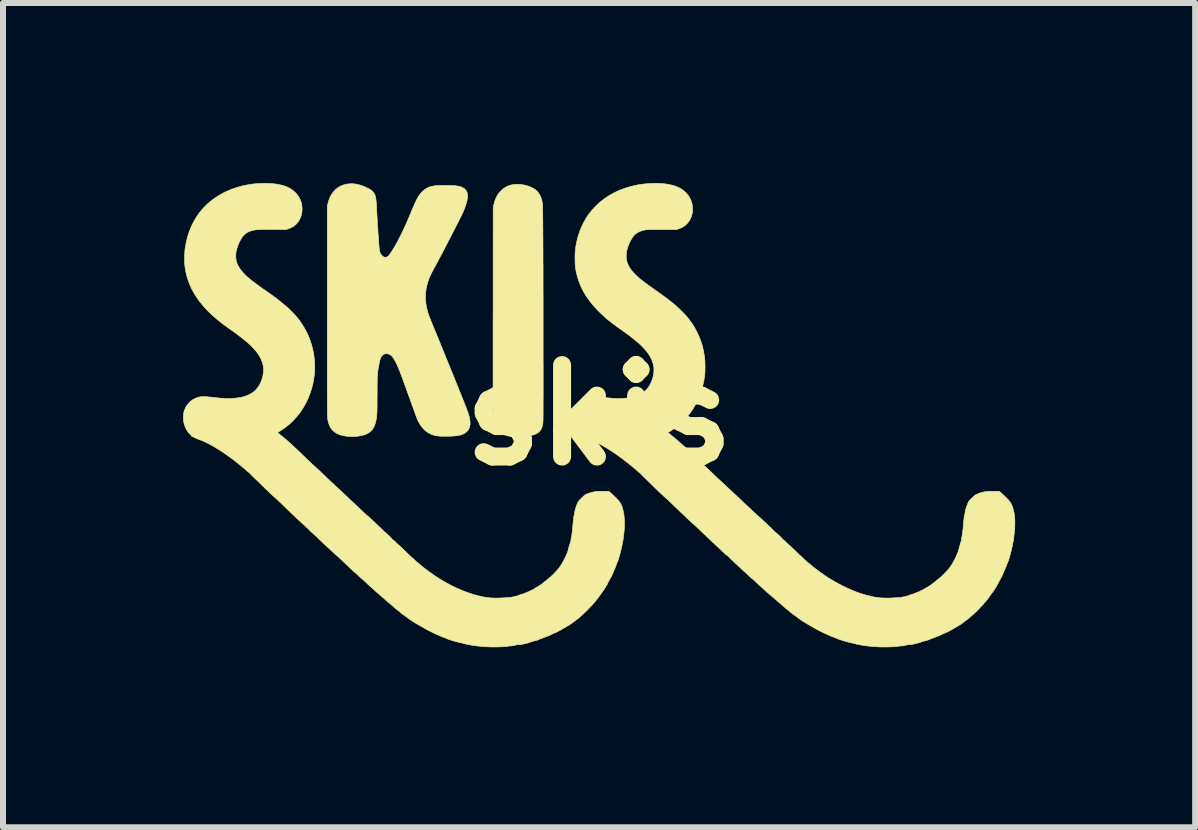
<source format=kicad_pcb>
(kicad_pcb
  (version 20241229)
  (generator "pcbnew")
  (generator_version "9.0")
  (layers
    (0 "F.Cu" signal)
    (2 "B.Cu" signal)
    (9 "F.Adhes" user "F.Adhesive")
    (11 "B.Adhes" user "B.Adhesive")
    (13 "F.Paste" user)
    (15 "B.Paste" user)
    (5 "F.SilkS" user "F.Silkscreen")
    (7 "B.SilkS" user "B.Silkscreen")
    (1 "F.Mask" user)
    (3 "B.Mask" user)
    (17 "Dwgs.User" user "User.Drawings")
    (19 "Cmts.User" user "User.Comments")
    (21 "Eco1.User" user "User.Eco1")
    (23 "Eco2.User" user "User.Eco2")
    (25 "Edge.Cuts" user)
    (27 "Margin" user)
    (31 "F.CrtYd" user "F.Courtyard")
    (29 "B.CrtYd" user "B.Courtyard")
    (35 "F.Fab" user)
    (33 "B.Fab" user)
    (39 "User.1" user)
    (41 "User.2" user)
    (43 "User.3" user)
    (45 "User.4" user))
  (footprint "skis"
    (layer "F.Cu")
    (at 6.934 3.869)
    (property "Reference" "skis" (at 0 0 0) (layer "F.SilkS") (effects (font (size 1.524 1.524) (thickness 0.3))))
    (attr through_hole)
    (fp_poly (pts (xy -1.309 -3.846) (xy -1.251 -3.836) (xy -1.192 -3.821) (xy -1.188 -3.819) (xy -1.142 -3.802) (xy -1.101 -3.783) (xy -1.067 -3.761) (xy -1.038 -3.736) (xy -1.013 -3.708) (xy -0.992 -3.676) (xy -0.983 -3.659) (xy -0.97 -3.629) (xy -0.959 -3.599) (xy -0.951 -3.566) (xy -0.945 -3.53) (xy -0.944 -3.522) (xy -0.943 -3.509) (xy -0.942 -3.491) (xy -0.942 -3.469) (xy -0.941 -3.441) (xy -0.94 -3.407) (xy -0.94 -3.369) (xy -0.939 -3.325) (xy -0.939 -3.275) (xy -0.938 -3.22) (xy -0.938 -3.159) (xy -0.937 -3.092) (xy -0.937 -3.02) (xy -0.936 -2.941) (xy -0.936 -2.857) (xy -0.935 -2.766) (xy -0.935 -2.669) (xy -0.935 -2.566) (xy -0.934 -2.457) (xy -0.934 -2.341) (xy -0.934 -2.218) (xy -0.934 -2.089) (xy -0.933 -1.953) (xy -0.933 -1.811) (xy -0.933 -1.661) (xy -0.933 -1.504) (xy -0.933 -1.341) (xy -0.933 -1.17) (xy -0.933 -1.154) (xy -0.933 -1.04) (xy -0.933 -0.933) (xy -0.932 -0.833) (xy -0.932 -0.739) (xy -0.932 -0.652) (xy -0.932 -0.571) (xy -0.932 -0.495) (xy -0.932 -0.426) (xy -0.932 -0.362) (xy -0.932 -0.303) (xy -0.933 -0.248) (xy -0.933 -0.199) (xy -0.933 -0.154) (xy -0.933 -0.114) (xy -0.933 -0.077) (xy -0.933 -0.044) (xy -0.933 -0.015) (xy -0.934 0.01) (xy -0.934 0.033) (xy -0.934 0.053) (xy -0.934 0.07) (xy -0.935 0.085) (xy -0.935 0.097) (xy -0.935 0.107) (xy -0.936 0.116) (xy -0.936 0.123) (xy -0.937 0.129) (xy -0.937 0.134) (xy -0.938 0.138) (xy -0.938 0.139) (xy -0.946 0.179) (xy -0.957 0.214) (xy -0.973 0.244) (xy -0.992 0.269) (xy -1.016 0.291) (xy -1.046 0.309) (xy -1.081 0.323) (xy -1.122 0.335) (xy -1.161 0.343) (xy -1.196 0.348) (xy -1.235 0.353) (xy -1.275 0.356) (xy -1.315 0.359) (xy -1.354 0.361) (xy -1.39 0.361) (xy -1.421 0.36) (xy -1.437 0.359) (xy -1.493 0.351) (xy -1.544 0.339) (xy -1.589 0.322) (xy -1.628 0.301) (xy -1.662 0.275) (xy -1.669 0.268) (xy -1.689 0.247) (xy -1.706 0.224) (xy -1.72 0.199) (xy -1.732 0.172) (xy -1.742 0.14) (xy -1.75 0.105) (xy -1.756 0.064) (xy -1.761 0.017) (xy -1.763 -0.008) (xy -1.764 -0.015) (xy -1.764 -0.026) (xy -1.764 -0.042) (xy -1.765 -0.061) (xy -1.765 -0.086) (xy -1.765 -0.115) (xy -1.765 -0.149) (xy -1.766 -0.187) (xy -1.766 -0.231) (xy -1.766 -0.28) (xy -1.766 -0.335) (xy -1.766 -0.395) (xy -1.766 -0.46) (xy -1.767 -0.531) (xy -1.767 -0.608) (xy -1.767 -0.691) (xy -1.767 -0.78) (xy -1.767 -0.876) (xy -1.767 -0.977) (xy -1.767 -1.085) (xy -1.767 -1.2) (xy -1.767 -1.321) (xy -1.767 -1.45) (xy -1.767 -1.585) (xy -1.766 -1.727) (xy -1.766 -1.76) (xy -1.765 -3.456) (xy -1.757 -3.498) (xy -1.743 -3.554) (xy -1.725 -3.605) (xy -1.703 -3.651) (xy -1.676 -3.693) (xy -1.644 -3.731) (xy -1.641 -3.734) (xy -1.603 -3.769) (xy -1.562 -3.797) (xy -1.517 -3.82) (xy -1.469 -3.836) (xy -1.418 -3.845) (xy -1.364 -3.849) (xy -1.309 -3.846)) (stroke (width 0.01) (type solid)) (fill yes) (layer "F.SilkS"))
    (fp_poly (pts (xy -4.092 -3.856) (xy -4.053 -3.851) (xy -4.015 -3.844) (xy -3.975 -3.832) (xy -3.933 -3.817) (xy -3.904 -3.805) (xy -3.864 -3.787) (xy -3.83 -3.77) (xy -3.802 -3.752) (xy -3.78 -3.734) (xy -3.762 -3.715) (xy -3.747 -3.693) (xy -3.736 -3.67) (xy -3.728 -3.643) (xy -3.727 -3.639) (xy -3.724 -3.628) (xy -3.722 -3.616) (xy -3.72 -3.602) (xy -3.718 -3.586) (xy -3.716 -3.567) (xy -3.714 -3.545) (xy -3.712 -3.518) (xy -3.71 -3.487) (xy -3.708 -3.45) (xy -3.706 -3.406) (xy -3.705 -3.386) (xy -3.702 -3.333) (xy -3.699 -3.28) (xy -3.696 -3.226) (xy -3.693 -3.172) (xy -3.689 -3.119) (xy -3.686 -3.068) (xy -3.683 -3.018) (xy -3.679 -2.97) (xy -3.676 -2.925) (xy -3.673 -2.884) (xy -3.67 -2.846) (xy -3.668 -2.813) (xy -3.665 -2.785) (xy -3.663 -2.762) (xy -3.661 -2.745) (xy -3.66 -2.735) (xy -3.659 -2.732) (xy -3.648 -2.703) (xy -3.634 -2.678) (xy -3.618 -2.658) (xy -3.6 -2.643) (xy -3.581 -2.634) (xy -3.561 -2.631) (xy -3.541 -2.634) (xy -3.527 -2.641) (xy -3.517 -2.648) (xy -3.509 -2.655) (xy -3.5 -2.665) (xy -3.49 -2.679) (xy -3.477 -2.697) (xy -3.467 -2.712) (xy -3.437 -2.76) (xy -3.407 -2.809) (xy -3.379 -2.858) (xy -3.351 -2.909) (xy -3.323 -2.963) (xy -3.294 -3.019) (xy -3.266 -3.079) (xy -3.236 -3.143) (xy -3.206 -3.211) (xy -3.174 -3.285) (xy -3.14 -3.365) (xy -3.124 -3.404) (xy -3.102 -3.456) (xy -3.082 -3.502) (xy -3.064 -3.542) (xy -3.047 -3.578) (xy -3.031 -3.609) (xy -3.016 -3.636) (xy -3.001 -3.66) (xy -2.985 -3.681) (xy -2.97 -3.7) (xy -2.953 -3.719) (xy -2.946 -3.726) (xy -2.912 -3.756) (xy -2.877 -3.78) (xy -2.839 -3.799) (xy -2.797 -3.812) (xy -2.75 -3.821) (xy -2.722 -3.825) (xy -2.706 -3.826) (xy -2.684 -3.827) (xy -2.657 -3.827) (xy -2.627 -3.828) (xy -2.595 -3.828) (xy -2.561 -3.828) (xy -2.528 -3.828) (xy -2.496 -3.828) (xy -2.466 -3.827) (xy -2.439 -3.827) (xy -2.417 -3.826) (xy -2.401 -3.825) (xy -2.397 -3.824) (xy -2.35 -3.817) (xy -2.309 -3.807) (xy -2.275 -3.793) (xy -2.247 -3.775) (xy -2.224 -3.754) (xy -2.208 -3.729) (xy -2.197 -3.701) (xy -2.192 -3.668) (xy -2.192 -3.653) (xy -2.194 -3.622) (xy -2.2 -3.587) (xy -2.209 -3.546) (xy -2.223 -3.502) (xy -2.239 -3.455) (xy -2.259 -3.405) (xy -2.274 -3.369) (xy -2.28 -3.357) (xy -2.289 -3.338) (xy -2.301 -3.315) (xy -2.315 -3.286) (xy -2.332 -3.253) (xy -2.35 -3.216) (xy -2.371 -3.176) (xy -2.393 -3.133) (xy -2.416 -3.087) (xy -2.441 -3.04) (xy -2.466 -2.991) (xy -2.491 -2.941) (xy -2.517 -2.891) (xy -2.543 -2.842) (xy -2.568 -2.793) (xy -2.593 -2.745) (xy -2.617 -2.699) (xy -2.64 -2.655) (xy -2.662 -2.614) (xy -2.682 -2.576) (xy -2.7 -2.542) (xy -2.716 -2.512) (xy -2.73 -2.486) (xy -2.737 -2.473) (xy -2.761 -2.429) (xy -2.782 -2.39) (xy -2.799 -2.355) (xy -2.814 -2.324) (xy -2.827 -2.296) (xy -2.837 -2.271) (xy -2.843 -2.256) (xy -2.866 -2.18) (xy -2.883 -2.104) (xy -2.892 -2.028) (xy -2.894 -1.952) (xy -2.889 -1.875) (xy -2.876 -1.798) (xy -2.857 -1.72) (xy -2.84 -1.669) (xy -2.836 -1.658) (xy -2.83 -1.642) (xy -2.821 -1.619) (xy -2.81 -1.592) (xy -2.798 -1.561) (xy -2.784 -1.527) (xy -2.768 -1.489) (xy -2.752 -1.449) (xy -2.735 -1.407) (xy -2.717 -1.365) (xy -2.715 -1.359) (xy -2.696 -1.313) (xy -2.676 -1.264) (xy -2.655 -1.212) (xy -2.633 -1.158) (xy -2.609 -1.1) (xy -2.585 -1.041) (xy -2.561 -0.981) (xy -2.536 -0.919) (xy -2.51 -0.857) (xy -2.485 -0.795) (xy -2.46 -0.733) (xy -2.435 -0.671) (xy -2.41 -0.611) (xy -2.387 -0.551) (xy -2.363 -0.494) (xy -2.341 -0.439) (xy -2.32 -0.387) (xy -2.3 -0.337) (xy -2.282 -0.292) (xy -2.265 -0.25) (xy -2.25 -0.212) (xy -2.237 -0.179) (xy -2.226 -0.152) (xy -2.217 -0.13) (xy -2.211 -0.114) (xy -2.208 -0.105) (xy -2.193 -0.063) (xy -2.18 -0.025) (xy -2.17 0.007) (xy -2.162 0.036) (xy -2.157 0.063) (xy -2.153 0.088) (xy -2.15 0.112) (xy -2.15 0.116) (xy -2.15 0.156) (xy -2.157 0.193) (xy -2.17 0.226) (xy -2.189 0.256) (xy -2.213 0.281) (xy -2.243 0.302) (xy -2.254 0.308) (xy -2.277 0.318) (xy -2.3 0.327) (xy -2.325 0.334) (xy -2.352 0.339) (xy -2.383 0.343) (xy -2.418 0.347) (xy -2.458 0.349) (xy -2.504 0.351) (xy -2.515 0.351) (xy -2.565 0.351) (xy -2.609 0.351) (xy -2.647 0.35) (xy -2.681 0.347) (xy -2.712 0.343) (xy -2.74 0.337) (xy -2.765 0.33) (xy -2.79 0.321) (xy -2.813 0.311) (xy -2.855 0.288) (xy -2.895 0.258) (xy -2.932 0.222) (xy -2.966 0.181) (xy -2.996 0.135) (xy -3.011 0.106) (xy -3.015 0.1) (xy -3.017 0.094) (xy -3.02 0.088) (xy -3.023 0.082) (xy -3.026 0.074) (xy -3.03 0.066) (xy -3.034 0.055) (xy -3.039 0.042) (xy -3.045 0.027) (xy -3.052 0.008) (xy -3.06 -0.015) (xy -3.07 -0.043) (xy -3.082 -0.075) (xy -3.095 -0.112) (xy -3.111 -0.155) (xy -3.129 -0.204) (xy -3.131 -0.212) (xy -3.158 -0.286) (xy -3.183 -0.354) (xy -3.205 -0.415) (xy -3.225 -0.471) (xy -3.243 -0.521) (xy -3.26 -0.566) (xy -3.275 -0.607) (xy -3.288 -0.643) (xy -3.3 -0.675) (xy -3.311 -0.703) (xy -3.32 -0.729) (xy -3.329 -0.751) (xy -3.337 -0.771) (xy -3.344 -0.788) (xy -3.351 -0.804) (xy -3.357 -0.818) (xy -3.363 -0.831) (xy -3.369 -0.844) (xy -3.374 -0.856) (xy -3.38 -0.867) (xy -3.382 -0.872) (xy -3.395 -0.896) (xy -3.409 -0.92) (xy -3.422 -0.942) (xy -3.436 -0.962) (xy -3.447 -0.977) (xy -3.452 -0.983) (xy -3.474 -1.001) (xy -3.498 -1.015) (xy -3.524 -1.023) (xy -3.549 -1.025) (xy -3.562 -1.024) (xy -3.576 -1.02) (xy -3.589 -1.015) (xy -3.594 -1.012) (xy -3.609 -1) (xy -3.624 -0.984) (xy -3.636 -0.967) (xy -3.64 -0.96) (xy -3.644 -0.947) (xy -3.65 -0.928) (xy -3.656 -0.905) (xy -3.662 -0.878) (xy -3.668 -0.849) (xy -3.674 -0.819) (xy -3.679 -0.79) (xy -3.684 -0.761) (xy -3.686 -0.746) (xy -3.688 -0.729) (xy -3.69 -0.713) (xy -3.692 -0.697) (xy -3.693 -0.681) (xy -3.695 -0.664) (xy -3.696 -0.646) (xy -3.697 -0.625) (xy -3.697 -0.602) (xy -3.698 -0.576) (xy -3.698 -0.545) (xy -3.699 -0.51) (xy -3.699 -0.47) (xy -3.699 -0.425) (xy -3.699 -0.373) (xy -3.699 -0.337) (xy -3.7 -0.281) (xy -3.7 -0.231) (xy -3.7 -0.188) (xy -3.7 -0.15) (xy -3.701 -0.117) (xy -3.701 -0.089) (xy -3.702 -0.066) (xy -3.702 -0.045) (xy -3.703 -0.028) (xy -3.704 -0.014) (xy -3.705 -0.002) (xy -3.706 0.009) (xy -3.706 0.011) (xy -3.714 0.067) (xy -3.724 0.116) (xy -3.738 0.16) (xy -3.754 0.198) (xy -3.773 0.23) (xy -3.797 0.259) (xy -3.824 0.282) (xy -3.855 0.303) (xy -3.891 0.32) (xy -3.903 0.324) (xy -3.942 0.336) (xy -3.986 0.345) (xy -4.035 0.352) (xy -4.086 0.355) (xy -4.139 0.355) (xy -4.192 0.352) (xy -4.193 0.352) (xy -4.25 0.344) (xy -4.302 0.332) (xy -4.347 0.315) (xy -4.388 0.294) (xy -4.423 0.268) (xy -4.453 0.238) (xy -4.477 0.203) (xy -4.497 0.162) (xy -4.512 0.117) (xy -4.514 0.11) (xy -4.515 0.105) (xy -4.516 0.1) (xy -4.517 0.096) (xy -4.518 0.091) (xy -4.519 0.086) (xy -4.52 0.081) (xy -4.521 0.075) (xy -4.522 0.069) (xy -4.523 0.061) (xy -4.524 0.052) (xy -4.524 0.042) (xy -4.525 0.03) (xy -4.526 0.016) (xy -4.526 0.001) (xy -4.527 -0.017) (xy -4.527 -0.037) (xy -4.527 -0.06) (xy -4.528 -0.086) (xy -4.528 -0.114) (xy -4.528 -0.146) (xy -4.529 -0.181) (xy -4.529 -0.22) (xy -4.529 -0.262) (xy -4.529 -0.308) (xy -4.53 -0.359) (xy -4.53 -0.413) (xy -4.53 -0.473) (xy -4.53 -0.537) (xy -4.53 -0.606) (xy -4.53 -0.68) (xy -4.53 -0.759) (xy -4.53 -0.844) (xy -4.53 -0.935) (xy -4.53 -1.031) (xy -4.53 -1.134) (xy -4.53 -1.243) (xy -4.53 -1.358) (xy -4.53 -1.48) (xy -4.53 -1.609) (xy -4.53 -1.734) (xy -4.53 -3.478) (xy -4.522 -3.516) (xy -4.507 -3.572) (xy -4.489 -3.622) (xy -4.466 -3.667) (xy -4.438 -3.708) (xy -4.406 -3.745) (xy -4.394 -3.758) (xy -4.354 -3.79) (xy -4.311 -3.816) (xy -4.265 -3.836) (xy -4.215 -3.849) (xy -4.163 -3.856) (xy -4.132 -3.857) (xy -4.092 -3.856)) (stroke (width 0.01) (type solid)) (fill yes) (layer "F.SilkS"))
    (fp_poly (pts (xy -5.489 -3.862) (xy -5.419 -3.856) (xy -5.355 -3.847) (xy -5.297 -3.835) (xy -5.244 -3.82) (xy -5.197 -3.802) (xy -5.153 -3.78) (xy -5.114 -3.754) (xy -5.078 -3.725) (xy -5.07 -3.718) (xy -5.034 -3.679) (xy -5.004 -3.636) (xy -4.98 -3.59) (xy -4.963 -3.542) (xy -4.953 -3.49) (xy -4.949 -3.436) (xy -4.949 -3.435) (xy -4.953 -3.383) (xy -4.963 -3.333) (xy -4.979 -3.287) (xy -5.001 -3.244) (xy -5.03 -3.204) (xy -5.047 -3.185) (xy -5.08 -3.156) (xy -5.117 -3.133) (xy -5.158 -3.114) (xy -5.192 -3.102) (xy -5.223 -3.093) (xy -5.443 -3.095) (xy -5.499 -3.095) (xy -5.548 -3.095) (xy -5.591 -3.095) (xy -5.626 -3.094) (xy -5.655 -3.094) (xy -5.678 -3.093) (xy -5.694 -3.092) (xy -5.7 -3.092) (xy -5.752 -3.084) (xy -5.797 -3.073) (xy -5.836 -3.059) (xy -5.872 -3.04) (xy -5.903 -3.017) (xy -5.931 -2.988) (xy -5.957 -2.954) (xy -5.981 -2.913) (xy -5.992 -2.89) (xy -6.006 -2.861) (xy -6.019 -2.828) (xy -6.03 -2.795) (xy -6.04 -2.763) (xy -6.047 -2.734) (xy -6.051 -2.718) (xy -6.055 -2.671) (xy -6.055 -2.627) (xy -6.049 -2.583) (xy -6.038 -2.54) (xy -6.02 -2.498) (xy -5.996 -2.456) (xy -5.967 -2.414) (xy -5.93 -2.371) (xy -5.888 -2.327) (xy -5.838 -2.283) (xy -5.802 -2.253) (xy -5.781 -2.237) (xy -5.755 -2.217) (xy -5.724 -2.194) (xy -5.689 -2.168) (xy -5.65 -2.14) (xy -5.608 -2.11) (xy -5.563 -2.079) (xy -5.541 -2.063) (xy -5.463 -2.008) (xy -5.392 -1.956) (xy -5.327 -1.905) (xy -5.267 -1.857) (xy -5.212 -1.81) (xy -5.161 -1.764) (xy -5.115 -1.719) (xy -5.073 -1.674) (xy -5.034 -1.63) (xy -4.998 -1.584) (xy -4.965 -1.538) (xy -4.954 -1.522) (xy -4.905 -1.442) (xy -4.862 -1.358) (xy -4.825 -1.272) (xy -4.795 -1.184) (xy -4.771 -1.094) (xy -4.754 -1.002) (xy -4.744 -0.91) (xy -4.74 -0.816) (xy -4.742 -0.723) (xy -4.751 -0.63) (xy -4.767 -0.538) (xy -4.79 -0.447) (xy -4.819 -0.357) (xy -4.854 -0.269) (xy -4.885 -0.205) (xy -4.932 -0.123) (xy -4.983 -0.045) (xy -5.04 0.026) (xy -5.101 0.093) (xy -5.166 0.154) (xy -5.237 0.209) (xy -5.274 0.235) (xy -5.292 0.247) (xy -5.31 0.259) (xy -5.326 0.269) (xy -5.338 0.276) (xy -5.341 0.278) (xy -5.36 0.289) (xy -5.303 0.336) (xy -5.261 0.37) (xy -5.22 0.404) (xy -5.179 0.44) (xy -5.138 0.477) (xy -5.094 0.517) (xy -5.049 0.56) (xy -5 0.606) (xy -4.947 0.657) (xy -4.936 0.668) (xy -4.901 0.702) (xy -4.87 0.732) (xy -4.843 0.758) (xy -4.818 0.781) (xy -4.795 0.803) (xy -4.773 0.823) (xy -4.751 0.843) (xy -4.73 0.862) (xy -4.713 0.877) (xy -4.694 0.895) (xy -4.674 0.914) (xy -4.655 0.932) (xy -4.65 0.936) (xy -4.617 0.968) (xy -4.589 0.995) (xy -4.565 1.018) (xy -4.545 1.038) (xy -4.527 1.055) (xy -4.512 1.069) (xy -4.499 1.081) (xy -4.487 1.092) (xy -4.476 1.101) (xy -4.472 1.105) (xy -4.456 1.12) (xy -4.439 1.135) (xy -4.423 1.15) (xy -4.412 1.161) (xy -4.398 1.175) (xy -4.382 1.19) (xy -4.367 1.204) (xy -4.365 1.206) (xy -4.354 1.216) (xy -4.339 1.229) (xy -4.323 1.245) (xy -4.305 1.261) (xy -4.296 1.269) (xy -4.279 1.285) (xy -4.262 1.301) (xy -4.247 1.316) (xy -4.234 1.327) (xy -4.229 1.332) (xy -4.219 1.341) (xy -4.205 1.354) (xy -4.189 1.369) (xy -4.172 1.386) (xy -4.16 1.397) (xy -4.125 1.431) (xy -4.093 1.461) (xy -4.066 1.487) (xy -4.041 1.51) (xy -4.018 1.531) (xy -4.009 1.539) (xy -3.994 1.553) (xy -3.975 1.571) (xy -3.956 1.589) (xy -3.938 1.607) (xy -3.935 1.609) (xy -3.919 1.625) (xy -3.904 1.64) (xy -3.889 1.653) (xy -3.878 1.663) (xy -3.875 1.666) (xy -3.855 1.682) (xy -3.83 1.703) (xy -3.802 1.729) (xy -3.771 1.757) (xy -3.737 1.789) (xy -3.702 1.823) (xy -3.665 1.858) (xy -3.632 1.89) (xy -3.612 1.909) (xy -3.594 1.926) (xy -3.579 1.941) (xy -3.566 1.953) (xy -3.557 1.961) (xy -3.553 1.965) (xy -3.552 1.965) (xy -3.548 1.967) (xy -3.54 1.974) (xy -3.529 1.984) (xy -3.516 1.996) (xy -3.503 2.008) (xy -3.489 2.022) (xy -3.477 2.034) (xy -3.468 2.044) (xy -3.462 2.051) (xy -3.46 2.053) (xy -3.456 2.059) (xy -3.448 2.067) (xy -3.437 2.076) (xy -3.429 2.083) (xy -3.415 2.094) (xy -3.402 2.106) (xy -3.391 2.116) (xy -3.388 2.12) (xy -3.381 2.128) (xy -3.369 2.139) (xy -3.355 2.152) (xy -3.34 2.164) (xy -3.339 2.165) (xy -3.326 2.176) (xy -3.309 2.192) (xy -3.289 2.21) (xy -3.268 2.23) (xy -3.247 2.251) (xy -3.23 2.267) (xy -3.21 2.287) (xy -3.191 2.306) (xy -3.173 2.323) (xy -3.158 2.337) (xy -3.146 2.348) (xy -3.139 2.355) (xy -3.121 2.37) (xy -3.1 2.389) (xy -3.075 2.412) (xy -3.049 2.438) (xy -3.047 2.439) (xy -3.037 2.449) (xy -3.028 2.456) (xy -3.023 2.46) (xy -3.022 2.46) (xy -3.018 2.462) (xy -3.01 2.468) (xy -3 2.477) (xy -2.997 2.479) (xy -2.985 2.49) (xy -2.974 2.499) (xy -2.966 2.506) (xy -2.966 2.507) (xy -2.942 2.526) (xy -2.922 2.542) (xy -2.907 2.554) (xy -2.895 2.563) (xy -2.885 2.571) (xy -2.876 2.577) (xy -2.868 2.583) (xy -2.857 2.591) (xy -2.848 2.597) (xy -2.844 2.601) (xy -2.844 2.601) (xy -2.841 2.604) (xy -2.833 2.61) (xy -2.821 2.618) (xy -2.812 2.623) (xy -2.798 2.632) (xy -2.787 2.641) (xy -2.778 2.647) (xy -2.776 2.649) (xy -2.77 2.654) (xy -2.759 2.662) (xy -2.743 2.673) (xy -2.724 2.686) (xy -2.702 2.7) (xy -2.678 2.716) (xy -2.652 2.732) (xy -2.647 2.735) (xy -2.555 2.789) (xy -2.463 2.838) (xy -2.37 2.883) (xy -2.278 2.923) (xy -2.188 2.957) (xy -2.1 2.986) (xy -2.015 3.009) (xy -2.012 3.01) (xy -1.993 3.014) (xy -1.975 3.019) (xy -1.96 3.022) (xy -1.952 3.024) (xy -1.939 3.027) (xy -1.922 3.03) (xy -1.904 3.033) (xy -1.9 3.033) (xy -1.88 3.036) (xy -1.858 3.039) (xy -1.836 3.042) (xy -1.832 3.043) (xy -1.812 3.045) (xy -1.787 3.046) (xy -1.757 3.047) (xy -1.724 3.048) (xy -1.689 3.048) (xy -1.655 3.047) (xy -1.621 3.046) (xy -1.59 3.044) (xy -1.573 3.043) (xy -1.551 3.041) (xy -1.53 3.039) (xy -1.512 3.038) (xy -1.498 3.037) (xy -1.493 3.037) (xy -1.479 3.036) (xy -1.461 3.033) (xy -1.439 3.029) (xy -1.415 3.024) (xy -1.392 3.019) (xy -1.371 3.013) (xy -1.353 3.008) (xy -1.341 3.003) (xy -1.329 2.998) (xy -1.313 2.992) (xy -1.295 2.986) (xy -1.288 2.984) (xy -1.272 2.98) (xy -1.259 2.975) (xy -1.249 2.971) (xy -1.246 2.97) (xy -1.238 2.966) (xy -1.233 2.965) (xy -1.227 2.963) (xy -1.218 2.959) (xy -1.205 2.954) (xy -1.203 2.952) (xy -1.189 2.946) (xy -1.176 2.941) (xy -1.167 2.938) (xy -1.167 2.938) (xy -1.156 2.933) (xy -1.149 2.928) (xy -1.142 2.923) (xy -1.137 2.921) (xy -1.13 2.919) (xy -1.119 2.914) (xy -1.106 2.908) (xy -1.092 2.9) (xy -1.079 2.892) (xy -1.069 2.886) (xy -1.056 2.877) (xy -1.04 2.869) (xy -1.036 2.866) (xy -1.02 2.857) (xy -1.003 2.847) (xy -0.99 2.838) (xy -0.987 2.836) (xy -0.975 2.827) (xy -0.963 2.818) (xy -0.955 2.813) (xy -0.947 2.807) (xy -0.936 2.798) (xy -0.921 2.787) (xy -0.906 2.774) (xy -0.903 2.772) (xy -0.886 2.758) (xy -0.866 2.742) (xy -0.848 2.727) (xy -0.834 2.716) (xy -0.803 2.689) (xy -0.769 2.658) (xy -0.736 2.624) (xy -0.704 2.589) (xy -0.675 2.555) (xy -0.66 2.536) (xy -0.642 2.51) (xy -0.622 2.478) (xy -0.602 2.444) (xy -0.583 2.408) (xy -0.565 2.371) (xy -0.548 2.334) (xy -0.533 2.299) (xy -0.521 2.268) (xy -0.513 2.24) (xy -0.512 2.233) (xy -0.508 2.217) (xy -0.502 2.197) (xy -0.496 2.176) (xy -0.492 2.164) (xy -0.484 2.137) (xy -0.477 2.116) (xy -0.473 2.1) (xy -0.47 2.088) (xy -0.469 2.078) (xy -0.468 2.071) (xy -0.467 2.059) (xy -0.465 2.049) (xy -0.465 2.049) (xy -0.461 2.035) (xy -0.457 2.015) (xy -0.453 1.988) (xy -0.449 1.955) (xy -0.444 1.914) (xy -0.44 1.866) (xy -0.438 1.84) (xy -0.436 1.817) (xy -0.434 1.795) (xy -0.431 1.776) (xy -0.43 1.761) (xy -0.428 1.753) (xy -0.426 1.737) (xy -0.425 1.72) (xy -0.425 1.714) (xy -0.423 1.699) (xy -0.42 1.682) (xy -0.417 1.673) (xy -0.413 1.658) (xy -0.41 1.64) (xy -0.408 1.627) (xy -0.405 1.604) (xy -0.398 1.575) (xy -0.389 1.544) (xy -0.379 1.512) (xy -0.366 1.481) (xy -0.362 1.471) (xy -0.357 1.459) (xy -0.352 1.449) (xy -0.346 1.44) (xy -0.34 1.431) (xy -0.331 1.421) (xy -0.32 1.408) (xy -0.304 1.393) (xy -0.296 1.384) (xy -0.271 1.36) (xy -0.25 1.341) (xy -0.233 1.328) (xy -0.22 1.32) (xy -0.21 1.317) (xy -0.21 1.317) (xy -0.204 1.315) (xy -0.2 1.312) (xy -0.192 1.308) (xy -0.179 1.303) (xy -0.161 1.297) (xy -0.138 1.29) (xy -0.113 1.284) (xy -0.094 1.28) (xy -0.081 1.277) (xy -0.069 1.275) (xy -0.057 1.273) (xy -0.044 1.272) (xy -0.028 1.271) (xy -0.009 1.27) (xy 0.015 1.269) (xy 0.045 1.269) (xy 0.051 1.268) (xy 0.081 1.268) (xy 0.105 1.268) (xy 0.124 1.268) (xy 0.137 1.268) (xy 0.147 1.268) (xy 0.154 1.269) (xy 0.16 1.271) (xy 0.163 1.272) (xy 0.165 1.273) (xy 0.178 1.282) (xy 0.194 1.296) (xy 0.213 1.313) (xy 0.234 1.332) (xy 0.256 1.353) (xy 0.278 1.374) (xy 0.298 1.396) (xy 0.316 1.415) (xy 0.331 1.432) (xy 0.342 1.446) (xy 0.343 1.448) (xy 0.358 1.471) (xy 0.37 1.495) (xy 0.381 1.522) (xy 0.391 1.553) (xy 0.4 1.589) (xy 0.406 1.617) (xy 0.413 1.657) (xy 0.418 1.702) (xy 0.421 1.751) (xy 0.422 1.802) (xy 0.421 1.854) (xy 0.419 1.906) (xy 0.414 1.955) (xy 0.414 1.958) (xy 0.411 1.981) (xy 0.408 2.004) (xy 0.406 2.026) (xy 0.404 2.043) (xy 0.403 2.048) (xy 0.401 2.066) (xy 0.398 2.085) (xy 0.395 2.1) (xy 0.394 2.103) (xy 0.391 2.118) (xy 0.387 2.136) (xy 0.385 2.152) (xy 0.382 2.167) (xy 0.378 2.186) (xy 0.373 2.21) (xy 0.366 2.237) (xy 0.359 2.265) (xy 0.352 2.295) (xy 0.344 2.324) (xy 0.336 2.352) (xy 0.329 2.377) (xy 0.323 2.399) (xy 0.317 2.417) (xy 0.313 2.429) (xy 0.311 2.433) (xy 0.305 2.446) (xy 0.297 2.464) (xy 0.29 2.482) (xy 0.288 2.487) (xy 0.279 2.514) (xy 0.269 2.539) (xy 0.26 2.561) (xy 0.252 2.58) (xy 0.245 2.593) (xy 0.243 2.597) (xy 0.238 2.607) (xy 0.236 2.614) (xy 0.236 2.615) (xy 0.234 2.621) (xy 0.23 2.631) (xy 0.226 2.639) (xy 0.221 2.65) (xy 0.217 2.66) (xy 0.216 2.664) (xy 0.213 2.672) (xy 0.207 2.681) (xy 0.202 2.689) (xy 0.196 2.701) (xy 0.188 2.715) (xy 0.188 2.716) (xy 0.18 2.731) (xy 0.17 2.749) (xy 0.16 2.767) (xy 0.156 2.773) (xy 0.149 2.788) (xy 0.142 2.8) (xy 0.139 2.808) (xy 0.138 2.812) (xy 0.136 2.816) (xy 0.131 2.826) (xy 0.123 2.84) (xy 0.112 2.856) (xy 0.101 2.875) (xy 0.089 2.894) (xy 0.076 2.913) (xy 0.065 2.93) (xy 0.054 2.946) (xy 0.046 2.957) (xy 0.04 2.965) (xy 0.035 2.972) (xy 0.026 2.984) (xy 0.014 2.999) (xy 0.002 3.017) (xy -0.009 3.032) (xy -0.023 3.051) (xy -0.037 3.071) (xy -0.052 3.089) (xy -0.064 3.104) (xy -0.07 3.111) (xy -0.083 3.124) (xy -0.094 3.137) (xy -0.103 3.148) (xy -0.105 3.151) (xy -0.114 3.163) (xy -0.125 3.173) (xy -0.128 3.176) (xy -0.136 3.183) (xy -0.146 3.194) (xy -0.159 3.207) (xy -0.168 3.218) (xy -0.181 3.231) (xy -0.197 3.248) (xy -0.215 3.266) (xy -0.234 3.284) (xy -0.242 3.291) (xy -0.26 3.308) (xy -0.279 3.325) (xy -0.297 3.341) (xy -0.312 3.355) (xy -0.317 3.36) (xy -0.332 3.374) (xy -0.349 3.387) (xy -0.363 3.399) (xy -0.37 3.404) (xy -0.382 3.412) (xy -0.397 3.423) (xy -0.415 3.436) (xy -0.433 3.45) (xy -0.439 3.455) (xy -0.456 3.468) (xy -0.473 3.48) (xy -0.488 3.49) (xy -0.499 3.497) (xy -0.503 3.499) (xy -0.514 3.505) (xy -0.529 3.514) (xy -0.545 3.523) (xy -0.553 3.529) (xy -0.567 3.537) (xy -0.579 3.544) (xy -0.587 3.548) (xy -0.59 3.549) (xy -0.595 3.551) (xy -0.603 3.556) (xy -0.61 3.561) (xy -0.623 3.57) (xy -0.638 3.578) (xy -0.644 3.581) (xy -0.657 3.587) (xy -0.669 3.594) (xy -0.673 3.597) (xy -0.681 3.602) (xy -0.692 3.608) (xy -0.705 3.614) (xy -0.717 3.62) (xy -0.727 3.624) (xy -0.731 3.625) (xy -0.736 3.626) (xy -0.746 3.631) (xy -0.761 3.638) (xy -0.779 3.646) (xy -0.801 3.657) (xy -0.815 3.663) (xy -0.825 3.668) (xy -0.838 3.674) (xy -0.854 3.68) (xy -0.869 3.686) (xy -0.883 3.691) (xy -0.894 3.695) (xy -0.901 3.697) (xy -0.902 3.698) (xy -0.906 3.699) (xy -0.915 3.702) (xy -0.916 3.703) (xy -0.924 3.707) (xy -0.937 3.712) (xy -0.953 3.717) (xy -0.958 3.719) (xy -0.973 3.725) (xy -0.988 3.731) (xy -0.999 3.736) (xy -1.001 3.737) (xy -1.016 3.744) (xy -1.037 3.751) (xy -1.065 3.758) (xy -1.097 3.766) (xy -1.099 3.766) (xy -1.116 3.77) (xy -1.13 3.775) (xy -1.141 3.779) (xy -1.144 3.781) (xy -1.151 3.784) (xy -1.163 3.788) (xy -1.18 3.793) (xy -1.2 3.799) (xy -1.222 3.804) (xy -1.246 3.81) (xy -1.268 3.815) (xy -1.289 3.819) (xy -1.307 3.822) (xy -1.322 3.825) (xy -1.331 3.825) (xy -1.333 3.825) (xy -1.34 3.823) (xy -1.352 3.824) (xy -1.368 3.826) (xy -1.39 3.831) (xy -1.415 3.837) (xy -1.437 3.842) (xy -1.454 3.845) (xy -1.467 3.845) (xy -1.471 3.845) (xy -1.492 3.845) (xy -1.516 3.85) (xy -1.533 3.853) (xy -1.556 3.856) (xy -1.584 3.858) (xy -1.617 3.86) (xy -1.654 3.861) (xy -1.693 3.862) (xy -1.734 3.862) (xy -1.777 3.862) (xy -1.82 3.862) (xy -1.856 3.86) (xy -1.915 3.857) (xy -1.976 3.852) (xy -2.038 3.845) (xy -2.098 3.837) (xy -2.157 3.827) (xy -2.211 3.816) (xy -2.241 3.809) (xy -2.264 3.803) (xy -2.287 3.797) (xy -2.308 3.792) (xy -2.326 3.788) (xy -2.335 3.786) (xy -2.352 3.782) (xy -2.372 3.777) (xy -2.395 3.771) (xy -2.418 3.764) (xy -2.439 3.758) (xy -2.458 3.752) (xy -2.472 3.747) (xy -2.476 3.745) (xy -2.487 3.741) (xy -2.496 3.738) (xy -2.498 3.738) (xy -2.505 3.737) (xy -2.516 3.733) (xy -2.529 3.727) (xy -2.533 3.725) (xy -2.551 3.717) (xy -2.571 3.709) (xy -2.589 3.703) (xy -2.605 3.697) (xy -2.621 3.691) (xy -2.633 3.685) (xy -2.634 3.685) (xy -2.646 3.679) (xy -2.661 3.673) (xy -2.677 3.666) (xy -2.682 3.664) (xy -2.717 3.649) (xy -2.746 3.636) (xy -2.769 3.625) (xy -2.784 3.617) (xy -2.797 3.61) (xy -2.812 3.602) (xy -2.822 3.598) (xy -2.838 3.591) (xy -2.855 3.582) (xy -2.865 3.577) (xy -2.874 3.571) (xy -2.889 3.563) (xy -2.907 3.553) (xy -2.928 3.54) (xy -2.951 3.527) (xy -2.968 3.518) (xy -3.01 3.494) (xy -3.046 3.473) (xy -3.078 3.454) (xy -3.106 3.436) (xy -3.131 3.42) (xy -3.155 3.403) (xy -3.178 3.387) (xy -3.189 3.378) (xy -3.208 3.364) (xy -3.226 3.351) (xy -3.243 3.338) (xy -3.257 3.329) (xy -3.263 3.325) (xy -3.278 3.314) (xy -3.295 3.301) (xy -3.31 3.288) (xy -3.312 3.287) (xy -3.329 3.272) (xy -3.341 3.261) (xy -3.35 3.254) (xy -3.356 3.249) (xy -3.361 3.246) (xy -3.365 3.243) (xy -3.365 3.243) (xy -3.372 3.239) (xy -3.381 3.231) (xy -3.392 3.222) (xy -3.393 3.221) (xy -3.414 3.202) (xy -3.435 3.183) (xy -3.456 3.165) (xy -3.476 3.148) (xy -3.493 3.134) (xy -3.506 3.124) (xy -3.508 3.122) (xy -3.519 3.114) (xy -3.533 3.102) (xy -3.549 3.088) (xy -3.561 3.077) (xy -3.575 3.064) (xy -3.589 3.051) (xy -3.601 3.041) (xy -3.609 3.035) (xy -3.62 3.026) (xy -3.631 3.016) (xy -3.634 3.014) (xy -3.641 3.007) (xy -3.652 2.997) (xy -3.666 2.985) (xy -3.679 2.974) (xy -3.698 2.958) (xy -3.716 2.942) (xy -3.734 2.925) (xy -3.751 2.91) (xy -3.766 2.897) (xy -3.777 2.886) (xy -3.785 2.878) (xy -3.788 2.874) (xy -3.788 2.874) (xy -3.791 2.871) (xy -3.798 2.865) (xy -3.804 2.861) (xy -3.812 2.855) (xy -3.824 2.845) (xy -3.838 2.832) (xy -3.853 2.818) (xy -3.857 2.814) (xy -3.882 2.79) (xy -3.904 2.769) (xy -3.923 2.752) (xy -3.939 2.738) (xy -3.95 2.728) (xy -3.958 2.722) (xy -3.96 2.721) (xy -3.963 2.719) (xy -3.971 2.712) (xy -3.982 2.702) (xy -3.995 2.689) (xy -4.006 2.678) (xy -4.022 2.663) (xy -4.038 2.648) (xy -4.051 2.636) (xy -4.062 2.626) (xy -4.067 2.623) (xy -4.078 2.614) (xy -4.091 2.603) (xy -4.104 2.591) (xy -4.104 2.591) (xy -4.112 2.583) (xy -4.124 2.571) (xy -4.14 2.556) (xy -4.159 2.538) (xy -4.179 2.519) (xy -4.2 2.5) (xy -4.202 2.498) (xy -4.224 2.477) (xy -4.247 2.455) (xy -4.269 2.434) (xy -4.29 2.415) (xy -4.307 2.398) (xy -4.32 2.386) (xy -4.335 2.371) (xy -4.351 2.357) (xy -4.364 2.345) (xy -4.375 2.336) (xy -4.378 2.334) (xy -4.387 2.327) (xy -4.399 2.316) (xy -4.414 2.303) (xy -4.431 2.287) (xy -4.443 2.275) (xy -4.462 2.258) (xy -4.482 2.239) (xy -4.502 2.22) (xy -4.519 2.204) (xy -4.527 2.197) (xy -4.539 2.186) (xy -4.556 2.17) (xy -4.576 2.152) (xy -4.597 2.132) (xy -4.619 2.111) (xy -4.636 2.095) (xy -4.657 2.075) (xy -4.679 2.054) (xy -4.701 2.033) (xy -4.721 2.014) (xy -4.738 1.999) (xy -4.748 1.99) (xy -4.765 1.974) (xy -4.786 1.955) (xy -4.807 1.935) (xy -4.826 1.916) (xy -4.832 1.91) (xy -4.846 1.896) (xy -4.859 1.883) (xy -4.872 1.871) (xy -4.886 1.858) (xy -4.901 1.844) (xy -4.919 1.828) (xy -4.94 1.809) (xy -4.965 1.786) (xy -4.982 1.771) (xy -5.001 1.754) (xy -5.021 1.735) (xy -5.04 1.717) (xy -5.056 1.701) (xy -5.061 1.697) (xy -5.074 1.683) (xy -5.087 1.671) (xy -5.098 1.66) (xy -5.106 1.653) (xy -5.106 1.653) (xy -5.112 1.648) (xy -5.122 1.639) (xy -5.135 1.626) (xy -5.152 1.61) (xy -5.171 1.592) (xy -5.192 1.572) (xy -5.201 1.563) (xy -5.24 1.526) (xy -5.273 1.494) (xy -5.302 1.466) (xy -5.326 1.443) (xy -5.347 1.423) (xy -5.364 1.407) (xy -5.378 1.395) (xy -5.381 1.391) (xy -5.433 1.345) (xy -5.485 1.296) (xy -5.539 1.245) (xy -5.596 1.19) (xy -5.621 1.165) (xy -5.642 1.144) (xy -5.666 1.121) (xy -5.689 1.098) (xy -5.711 1.077) (xy -5.73 1.059) (xy -5.732 1.058) (xy -5.756 1.034) (xy -5.776 1.015) (xy -5.791 1.001) (xy -5.801 0.99) (xy -5.807 0.983) (xy -5.809 0.979) (xy -5.809 0.979) (xy -5.812 0.976) (xy -5.819 0.969) (xy -5.827 0.963) (xy -5.836 0.956) (xy -5.848 0.945) (xy -5.864 0.932) (xy -5.881 0.917) (xy -5.895 0.905) (xy -5.995 0.821) (xy -6.096 0.741) (xy -6.198 0.667) (xy -6.299 0.598) (xy -6.399 0.536) (xy -6.403 0.533) (xy -6.435 0.515) (xy -6.468 0.496) (xy -6.502 0.478) (xy -6.535 0.461) (xy -6.566 0.446) (xy -6.595 0.433) (xy -6.619 0.422) (xy -6.639 0.415) (xy -6.645 0.413) (xy -6.663 0.407) (xy -6.684 0.399) (xy -6.707 0.39) (xy -6.728 0.38) (xy -6.729 0.379) (xy -6.747 0.371) (xy -6.763 0.363) (xy -6.776 0.357) (xy -6.785 0.354) (xy -6.787 0.353) (xy -6.793 0.351) (xy -6.793 0.349) (xy -6.792 0.348) (xy -6.791 0.345) (xy -6.794 0.34) (xy -6.803 0.331) (xy -6.808 0.327) (xy -6.838 0.296) (xy -6.865 0.259) (xy -6.888 0.217) (xy -6.906 0.172) (xy -6.92 0.125) (xy -6.921 0.118) (xy -6.928 0.067) (xy -6.929 0.016) (xy -6.923 -0.032) (xy -6.912 -0.079) (xy -6.894 -0.122) (xy -6.871 -0.162) (xy -6.842 -0.199) (xy -6.809 -0.231) (xy -6.771 -0.259) (xy -6.728 -0.281) (xy -6.681 -0.298) (xy -6.667 -0.302) (xy -6.652 -0.305) (xy -6.637 -0.307) (xy -6.62 -0.309) (xy -6.601 -0.309) (xy -6.579 -0.309) (xy -6.554 -0.308) (xy -6.524 -0.306) (xy -6.49 -0.303) (xy -6.45 -0.299) (xy -6.403 -0.294) (xy -6.39 -0.292) (xy -6.353 -0.288) (xy -6.322 -0.285) (xy -6.296 -0.282) (xy -6.274 -0.28) (xy -6.256 -0.278) (xy -6.24 -0.277) (xy -6.225 -0.277) (xy -6.211 -0.276) (xy -6.195 -0.276) (xy -6.178 -0.277) (xy -6.163 -0.277) (xy -6.088 -0.281) (xy -6.019 -0.289) (xy -5.956 -0.3) (xy -5.898 -0.316) (xy -5.846 -0.336) (xy -5.8 -0.36) (xy -5.758 -0.388) (xy -5.721 -0.421) (xy -5.689 -0.459) (xy -5.661 -0.501) (xy -5.638 -0.548) (xy -5.619 -0.598) (xy -5.603 -0.656) (xy -5.595 -0.712) (xy -5.592 -0.767) (xy -5.597 -0.82) (xy -5.609 -0.872) (xy -5.628 -0.923) (xy -5.654 -0.975) (xy -5.675 -1.008) (xy -5.698 -1.042) (xy -5.725 -1.076) (xy -5.755 -1.11) (xy -5.788 -1.146) (xy -5.826 -1.182) (xy -5.868 -1.219) (xy -5.916 -1.259) (xy -5.968 -1.3) (xy -6.026 -1.344) (xy -6.089 -1.39) (xy -6.147 -1.431) (xy -6.172 -1.449) (xy -6.198 -1.468) (xy -6.223 -1.486) (xy -6.247 -1.503) (xy -6.267 -1.518) (xy -6.277 -1.526) (xy -6.368 -1.598) (xy -6.45 -1.67) (xy -6.526 -1.744) (xy -6.595 -1.818) (xy -6.657 -1.894) (xy -6.712 -1.971) (xy -6.76 -2.05) (xy -6.801 -2.129) (xy -6.836 -2.211) (xy -6.864 -2.294) (xy -6.885 -2.378) (xy -6.9 -2.465) (xy -6.906 -2.512) (xy -6.907 -2.54) (xy -6.908 -2.573) (xy -6.908 -2.61) (xy -6.908 -2.649) (xy -6.906 -2.687) (xy -6.904 -2.724) (xy -6.902 -2.756) (xy -6.898 -2.784) (xy -6.88 -2.883) (xy -6.857 -2.977) (xy -6.827 -3.067) (xy -6.792 -3.153) (xy -6.751 -3.235) (xy -6.704 -3.312) (xy -6.652 -3.385) (xy -6.594 -3.453) (xy -6.53 -3.517) (xy -6.461 -3.576) (xy -6.386 -3.63) (xy -6.384 -3.631) (xy -6.305 -3.68) (xy -6.221 -3.724) (xy -6.133 -3.762) (xy -6.04 -3.794) (xy -5.944 -3.821) (xy -5.867 -3.837) (xy -5.808 -3.847) (xy -5.744 -3.855) (xy -5.678 -3.86) (xy -5.612 -3.863) (xy -5.548 -3.864) (xy -5.489 -3.862)) (stroke (width 0.01) (type solid)) (fill yes) (layer "F.SilkS"))
    (fp_poly (pts (xy 1.013 -3.862) (xy 1.017 -3.861) (xy 1.088 -3.856) (xy 1.151 -3.847) (xy 1.21 -3.835) (xy 1.262 -3.82) (xy 1.31 -3.801) (xy 1.354 -3.779) (xy 1.393 -3.754) (xy 1.429 -3.724) (xy 1.45 -3.704) (xy 1.484 -3.664) (xy 1.512 -3.62) (xy 1.533 -3.573) (xy 1.548 -3.524) (xy 1.556 -3.472) (xy 1.557 -3.441) (xy 1.556 -3.408) (xy 1.554 -3.379) (xy 1.549 -3.351) (xy 1.541 -3.323) (xy 1.537 -3.312) (xy 1.518 -3.266) (xy 1.493 -3.225) (xy 1.463 -3.189) (xy 1.428 -3.158) (xy 1.388 -3.132) (xy 1.343 -3.112) (xy 1.314 -3.102) (xy 1.283 -3.093) (xy 1.04 -3.093) (xy 0.989 -3.093) (xy 0.946 -3.093) (xy 0.908 -3.093) (xy 0.876 -3.093) (xy 0.848 -3.093) (xy 0.825 -3.092) (xy 0.805 -3.091) (xy 0.789 -3.09) (xy 0.774 -3.088) (xy 0.761 -3.087) (xy 0.749 -3.084) (xy 0.738 -3.082) (xy 0.727 -3.078) (xy 0.714 -3.075) (xy 0.703 -3.071) (xy 0.67 -3.058) (xy 0.637 -3.041) (xy 0.608 -3.021) (xy 0.585 -3) (xy 0.564 -2.974) (xy 0.542 -2.941) (xy 0.521 -2.904) (xy 0.502 -2.863) (xy 0.484 -2.82) (xy 0.47 -2.777) (xy 0.461 -2.743) (xy 0.456 -2.717) (xy 0.453 -2.686) (xy 0.452 -2.654) (xy 0.452 -2.623) (xy 0.455 -2.594) (xy 0.46 -2.57) (xy 0.46 -2.568) (xy 0.474 -2.527) (xy 0.492 -2.487) (xy 0.516 -2.447) (xy 0.545 -2.407) (xy 0.58 -2.367) (xy 0.621 -2.326) (xy 0.668 -2.283) (xy 0.711 -2.248) (xy 0.733 -2.231) (xy 0.761 -2.21) (xy 0.793 -2.186) (xy 0.828 -2.161) (xy 0.866 -2.134) (xy 0.905 -2.105) (xy 0.94 -2.081) (xy 0.985 -2.049) (xy 1.025 -2.021) (xy 1.06 -1.996) (xy 1.091 -1.973) (xy 1.12 -1.952) (xy 1.146 -1.933) (xy 1.17 -1.914) (xy 1.193 -1.895) (xy 1.217 -1.876) (xy 1.239 -1.858) (xy 1.308 -1.798) (xy 1.371 -1.738) (xy 1.428 -1.68) (xy 1.479 -1.621) (xy 1.525 -1.561) (xy 1.567 -1.5) (xy 1.604 -1.436) (xy 1.638 -1.371) (xy 1.672 -1.295) (xy 1.7 -1.22) (xy 1.723 -1.143) (xy 1.741 -1.064) (xy 1.755 -0.979) (xy 1.757 -0.97) (xy 1.76 -0.938) (xy 1.763 -0.9) (xy 1.764 -0.858) (xy 1.765 -0.815) (xy 1.765 -0.771) (xy 1.764 -0.73) (xy 1.762 -0.692) (xy 1.759 -0.66) (xy 1.744 -0.564) (xy 1.722 -0.471) (xy 1.695 -0.38) (xy 1.662 -0.292) (xy 1.623 -0.208) (xy 1.578 -0.128) (xy 1.528 -0.052) (xy 1.473 0.02) (xy 1.412 0.087) (xy 1.347 0.149) (xy 1.277 0.205) (xy 1.272 0.209) (xy 1.257 0.219) (xy 1.238 0.232) (xy 1.216 0.247) (xy 1.192 0.262) (xy 1.168 0.276) (xy 1.156 0.283) (xy 1.146 0.289) (xy 1.202 0.334) (xy 1.241 0.366) (xy 1.278 0.398) (xy 1.316 0.43) (xy 1.354 0.463) (xy 1.393 0.499) (xy 1.434 0.537) (xy 1.478 0.579) (xy 1.525 0.624) (xy 1.568 0.666) (xy 1.602 0.698) (xy 1.631 0.727) (xy 1.657 0.752) (xy 1.68 0.774) (xy 1.701 0.794) (xy 1.722 0.813) (xy 1.743 0.832) (xy 1.764 0.851) (xy 1.775 0.861) (xy 1.793 0.877) (xy 1.813 0.896) (xy 1.834 0.915) (xy 1.854 0.934) (xy 1.857 0.937) (xy 1.889 0.968) (xy 1.916 0.994) (xy 1.939 1.016) (xy 1.958 1.035) (xy 1.975 1.051) (xy 1.989 1.064) (xy 2.001 1.075) (xy 2.011 1.085) (xy 2.021 1.094) (xy 2.031 1.102) (xy 2.034 1.105) (xy 2.05 1.12) (xy 2.067 1.135) (xy 2.083 1.15) (xy 2.094 1.161) (xy 2.109 1.175) (xy 2.125 1.191) (xy 2.14 1.205) (xy 2.142 1.206) (xy 2.154 1.217) (xy 2.169 1.231) (xy 2.186 1.246) (xy 2.203 1.263) (xy 2.211 1.27) (xy 2.229 1.288) (xy 2.249 1.307) (xy 2.269 1.325) (xy 2.286 1.34) (xy 2.29 1.345) (xy 2.303 1.357) (xy 2.32 1.372) (xy 2.339 1.391) (xy 2.361 1.411) (xy 2.382 1.431) (xy 2.394 1.442) (xy 2.415 1.462) (xy 2.436 1.482) (xy 2.456 1.501) (xy 2.475 1.518) (xy 2.49 1.532) (xy 2.497 1.539) (xy 2.512 1.552) (xy 2.53 1.569) (xy 2.549 1.588) (xy 2.568 1.606) (xy 2.576 1.614) (xy 2.592 1.629) (xy 2.608 1.644) (xy 2.621 1.656) (xy 2.631 1.665) (xy 2.636 1.669) (xy 2.649 1.68) (xy 2.667 1.695) (xy 2.689 1.715) (xy 2.713 1.737) (xy 2.741 1.763) (xy 2.77 1.79) (xy 2.801 1.819) (xy 2.832 1.85) (xy 2.864 1.88) (xy 2.873 1.889) (xy 2.892 1.908) (xy 2.91 1.925) (xy 2.926 1.94) (xy 2.939 1.952) (xy 2.948 1.96) (xy 2.953 1.965) (xy 2.954 1.965) (xy 2.958 1.967) (xy 2.966 1.974) (xy 2.977 1.984) (xy 2.99 1.995) (xy 3.003 2.008) (xy 3.017 2.021) (xy 3.028 2.033) (xy 3.038 2.043) (xy 3.044 2.05) (xy 3.045 2.052) (xy 3.05 2.058) (xy 3.058 2.067) (xy 3.067 2.074) (xy 3.078 2.083) (xy 3.091 2.095) (xy 3.106 2.108) (xy 3.115 2.118) (xy 3.131 2.133) (xy 3.148 2.149) (xy 3.165 2.163) (xy 3.172 2.169) (xy 3.182 2.178) (xy 3.197 2.191) (xy 3.214 2.207) (xy 3.233 2.226) (xy 3.254 2.245) (xy 3.272 2.263) (xy 3.292 2.283) (xy 3.312 2.302) (xy 3.33 2.32) (xy 3.346 2.335) (xy 3.359 2.347) (xy 3.367 2.354) (xy 3.381 2.366) (xy 3.395 2.379) (xy 3.407 2.39) (xy 3.408 2.391) (xy 3.423 2.406) (xy 3.439 2.421) (xy 3.455 2.435) (xy 3.469 2.448) (xy 3.481 2.458) (xy 3.489 2.464) (xy 3.497 2.469) (xy 3.508 2.478) (xy 3.52 2.489) (xy 3.525 2.493) (xy 3.549 2.513) (xy 3.572 2.532) (xy 3.593 2.549) (xy 3.611 2.563) (xy 3.625 2.574) (xy 3.632 2.578) (xy 3.645 2.587) (xy 3.657 2.597) (xy 3.661 2.6) (xy 3.67 2.607) (xy 3.683 2.617) (xy 3.698 2.626) (xy 3.702 2.629) (xy 3.714 2.637) (xy 3.724 2.643) (xy 3.729 2.648) (xy 3.73 2.649) (xy 3.733 2.652) (xy 3.742 2.659) (xy 3.755 2.669) (xy 3.773 2.68) (xy 3.794 2.694) (xy 3.818 2.709) (xy 3.843 2.725) (xy 3.87 2.741) (xy 3.898 2.757) (xy 3.925 2.773) (xy 3.952 2.789) (xy 3.974 2.801) (xy 4.07 2.851) (xy 4.164 2.895) (xy 4.254 2.934) (xy 4.343 2.966) (xy 4.43 2.993) (xy 4.494 3.01) (xy 4.513 3.014) (xy 4.531 3.018) (xy 4.546 3.022) (xy 4.554 3.024) (xy 4.567 3.027) (xy 4.584 3.03) (xy 4.602 3.033) (xy 4.606 3.033) (xy 4.626 3.036) (xy 4.648 3.039) (xy 4.67 3.042) (xy 4.674 3.043) (xy 4.694 3.045) (xy 4.719 3.046) (xy 4.749 3.047) (xy 4.782 3.048) (xy 4.817 3.048) (xy 4.851 3.047) (xy 4.885 3.046) (xy 4.916 3.044) (xy 4.933 3.043) (xy 4.955 3.041) (xy 4.976 3.039) (xy 4.994 3.038) (xy 5.008 3.037) (xy 5.013 3.037) (xy 5.027 3.036) (xy 5.045 3.033) (xy 5.067 3.029) (xy 5.091 3.024) (xy 5.114 3.019) (xy 5.135 3.013) (xy 5.153 3.008) (xy 5.165 3.003) (xy 5.177 2.998) (xy 5.193 2.992) (xy 5.211 2.987) (xy 5.218 2.985) (xy 5.234 2.98) (xy 5.247 2.975) (xy 5.257 2.971) (xy 5.26 2.97) (xy 5.268 2.966) (xy 5.273 2.965) (xy 5.279 2.963) (xy 5.288 2.959) (xy 5.301 2.953) (xy 5.304 2.952) (xy 5.318 2.946) (xy 5.331 2.941) (xy 5.34 2.938) (xy 5.341 2.937) (xy 5.35 2.934) (xy 5.354 2.93) (xy 5.355 2.93) (xy 5.359 2.926) (xy 5.368 2.922) (xy 5.371 2.921) (xy 5.382 2.917) (xy 5.395 2.91) (xy 5.409 2.902) (xy 5.41 2.902) (xy 5.424 2.894) (xy 5.441 2.883) (xy 5.459 2.873) (xy 5.468 2.868) (xy 5.487 2.857) (xy 5.506 2.845) (xy 5.525 2.832) (xy 5.546 2.817) (xy 5.57 2.798) (xy 5.598 2.776) (xy 5.602 2.773) (xy 5.62 2.758) (xy 5.638 2.743) (xy 5.656 2.729) (xy 5.67 2.717) (xy 5.674 2.714) (xy 5.702 2.691) (xy 5.731 2.663) (xy 5.761 2.633) (xy 5.791 2.602) (xy 5.818 2.571) (xy 5.842 2.542) (xy 5.856 2.522) (xy 5.88 2.486) (xy 5.903 2.446) (xy 5.926 2.404) (xy 5.947 2.361) (xy 5.965 2.319) (xy 5.981 2.279) (xy 5.993 2.242) (xy 5.997 2.226) (xy 6.002 2.208) (xy 6.008 2.185) (xy 6.015 2.162) (xy 6.02 2.145) (xy 6.026 2.125) (xy 6.032 2.105) (xy 6.036 2.088) (xy 6.038 2.076) (xy 6.04 2.06) (xy 6.043 2.041) (xy 6.047 2.023) (xy 6.047 2.023) (xy 6.052 1.998) (xy 6.055 1.978) (xy 6.058 1.964) (xy 6.059 1.952) (xy 6.06 1.942) (xy 6.06 1.936) (xy 6.061 1.921) (xy 6.063 1.907) (xy 6.063 1.903) (xy 6.065 1.894) (xy 6.066 1.879) (xy 6.068 1.862) (xy 6.069 1.843) (xy 6.07 1.822) (xy 6.072 1.799) (xy 6.074 1.777) (xy 6.076 1.764) (xy 6.079 1.747) (xy 6.08 1.73) (xy 6.081 1.716) (xy 6.081 1.713) (xy 6.083 1.699) (xy 6.086 1.682) (xy 6.089 1.673) (xy 6.093 1.659) (xy 6.096 1.641) (xy 6.099 1.622) (xy 6.099 1.619) (xy 6.101 1.603) (xy 6.104 1.59) (xy 6.106 1.581) (xy 6.106 1.579) (xy 6.109 1.572) (xy 6.112 1.561) (xy 6.116 1.548) (xy 6.12 1.535) (xy 6.126 1.517) (xy 6.135 1.496) (xy 6.144 1.473) (xy 6.154 1.45) (xy 6.162 1.434) (xy 6.166 1.429) (xy 6.174 1.42) (xy 6.185 1.408) (xy 6.199 1.394) (xy 6.214 1.379) (xy 6.239 1.356) (xy 6.259 1.338) (xy 6.275 1.326) (xy 6.288 1.319) (xy 6.296 1.317) (xy 6.302 1.315) (xy 6.306 1.312) (xy 6.314 1.308) (xy 6.327 1.303) (xy 6.345 1.297) (xy 6.368 1.29) (xy 6.393 1.284) (xy 6.412 1.28) (xy 6.425 1.277) (xy 6.437 1.275) (xy 6.449 1.273) (xy 6.462 1.272) (xy 6.478 1.271) (xy 6.497 1.27) (xy 6.521 1.269) (xy 6.55 1.269) (xy 6.557 1.269) (xy 6.584 1.268) (xy 6.609 1.268) (xy 6.63 1.268) (xy 6.648 1.268) (xy 6.66 1.269) (xy 6.666 1.269) (xy 6.666 1.269) (xy 6.673 1.274) (xy 6.684 1.282) (xy 6.699 1.294) (xy 6.715 1.309) (xy 6.733 1.325) (xy 6.752 1.343) (xy 6.771 1.361) (xy 6.783 1.373) (xy 6.81 1.401) (xy 6.832 1.426) (xy 6.85 1.45) (xy 6.865 1.474) (xy 6.878 1.498) (xy 6.888 1.525) (xy 6.898 1.556) (xy 6.907 1.591) (xy 6.914 1.623) (xy 6.919 1.652) (xy 6.923 1.687) (xy 6.926 1.726) (xy 6.928 1.768) (xy 6.928 1.811) (xy 6.927 1.854) (xy 6.926 1.895) (xy 6.922 1.934) (xy 6.921 1.945) (xy 6.918 1.968) (xy 6.915 1.995) (xy 6.912 2.021) (xy 6.911 2.037) (xy 6.909 2.057) (xy 6.906 2.075) (xy 6.904 2.089) (xy 6.902 2.099) (xy 6.902 2.099) (xy 6.899 2.109) (xy 6.896 2.124) (xy 6.893 2.141) (xy 6.893 2.146) (xy 6.889 2.163) (xy 6.885 2.185) (xy 6.879 2.21) (xy 6.872 2.238) (xy 6.865 2.267) (xy 6.857 2.297) (xy 6.849 2.326) (xy 6.842 2.354) (xy 6.835 2.38) (xy 6.828 2.401) (xy 6.823 2.419) (xy 6.818 2.43) (xy 6.817 2.433) (xy 6.811 2.446) (xy 6.804 2.463) (xy 6.797 2.482) (xy 6.792 2.493) (xy 6.779 2.529) (xy 6.763 2.566) (xy 6.747 2.603) (xy 6.742 2.615) (xy 6.736 2.629) (xy 6.732 2.64) (xy 6.729 2.648) (xy 6.725 2.655) (xy 6.722 2.663) (xy 6.718 2.671) (xy 6.713 2.681) (xy 6.706 2.695) (xy 6.696 2.713) (xy 6.687 2.729) (xy 6.677 2.747) (xy 6.668 2.765) (xy 6.659 2.781) (xy 6.653 2.793) (xy 6.653 2.794) (xy 6.646 2.808) (xy 6.639 2.822) (xy 6.636 2.828) (xy 6.63 2.838) (xy 6.622 2.851) (xy 6.612 2.868) (xy 6.6 2.886) (xy 6.588 2.905) (xy 6.575 2.924) (xy 6.564 2.941) (xy 6.554 2.955) (xy 6.547 2.964) (xy 6.544 2.968) (xy 6.539 2.974) (xy 6.531 2.985) (xy 6.52 2.999) (xy 6.508 3.016) (xy 6.498 3.032) (xy 6.484 3.051) (xy 6.469 3.071) (xy 6.455 3.088) (xy 6.444 3.103) (xy 6.437 3.11) (xy 6.425 3.123) (xy 6.412 3.137) (xy 6.402 3.15) (xy 6.4 3.152) (xy 6.392 3.163) (xy 6.384 3.171) (xy 6.379 3.175) (xy 6.374 3.179) (xy 6.366 3.187) (xy 6.355 3.199) (xy 6.343 3.213) (xy 6.34 3.216) (xy 6.325 3.232) (xy 6.307 3.251) (xy 6.287 3.27) (xy 6.267 3.288) (xy 6.261 3.295) (xy 6.243 3.311) (xy 6.224 3.328) (xy 6.207 3.344) (xy 6.192 3.357) (xy 6.187 3.362) (xy 6.171 3.376) (xy 6.154 3.39) (xy 6.137 3.403) (xy 6.132 3.406) (xy 6.119 3.416) (xy 6.102 3.428) (xy 6.083 3.442) (xy 6.066 3.456) (xy 6.065 3.456) (xy 6.049 3.469) (xy 6.033 3.48) (xy 6.019 3.49) (xy 6.009 3.496) (xy 6.007 3.497) (xy 5.996 3.503) (xy 5.981 3.512) (xy 5.965 3.521) (xy 5.962 3.523) (xy 5.947 3.533) (xy 5.931 3.542) (xy 5.918 3.549) (xy 5.916 3.55) (xy 5.903 3.557) (xy 5.892 3.564) (xy 5.887 3.568) (xy 5.877 3.575) (xy 5.868 3.579) (xy 5.867 3.579) (xy 5.859 3.582) (xy 5.847 3.588) (xy 5.839 3.594) (xy 5.827 3.601) (xy 5.811 3.609) (xy 5.794 3.617) (xy 5.789 3.619) (xy 5.771 3.627) (xy 5.753 3.635) (xy 5.737 3.642) (xy 5.733 3.644) (xy 5.701 3.659) (xy 5.675 3.671) (xy 5.652 3.68) (xy 5.633 3.688) (xy 5.615 3.694) (xy 5.61 3.696) (xy 5.598 3.7) (xy 5.589 3.703) (xy 5.586 3.705) (xy 5.581 3.707) (xy 5.571 3.711) (xy 5.558 3.716) (xy 5.554 3.717) (xy 5.538 3.723) (xy 5.522 3.73) (xy 5.51 3.735) (xy 5.508 3.736) (xy 5.494 3.742) (xy 5.475 3.749) (xy 5.452 3.756) (xy 5.426 3.762) (xy 5.4 3.768) (xy 5.399 3.768) (xy 5.385 3.772) (xy 5.371 3.777) (xy 5.362 3.781) (xy 5.362 3.781) (xy 5.356 3.784) (xy 5.344 3.788) (xy 5.328 3.793) (xy 5.309 3.798) (xy 5.287 3.803) (xy 5.265 3.809) (xy 5.243 3.814) (xy 5.222 3.819) (xy 5.204 3.822) (xy 5.19 3.825) (xy 5.18 3.826) (xy 5.177 3.826) (xy 5.169 3.824) (xy 5.154 3.824) (xy 5.133 3.828) (xy 5.108 3.833) (xy 5.097 3.836) (xy 5.073 3.841) (xy 5.056 3.844) (xy 5.042 3.845) (xy 5.036 3.845) (xy 5.02 3.845) (xy 5 3.848) (xy 4.99 3.85) (xy 4.973 3.853) (xy 4.95 3.856) (xy 4.921 3.858) (xy 4.887 3.86) (xy 4.85 3.861) (xy 4.81 3.862) (xy 4.768 3.862) (xy 4.726 3.862) (xy 4.683 3.862) (xy 4.65 3.86) (xy 4.606 3.858) (xy 4.559 3.855) (xy 4.511 3.85) (xy 4.462 3.844) (xy 4.415 3.838) (xy 4.37 3.831) (xy 4.329 3.823) (xy 4.293 3.816) (xy 4.28 3.812) (xy 4.257 3.806) (xy 4.23 3.8) (xy 4.205 3.794) (xy 4.187 3.79) (xy 4.165 3.785) (xy 4.14 3.778) (xy 4.114 3.771) (xy 4.088 3.764) (xy 4.065 3.757) (xy 4.046 3.751) (xy 4.032 3.746) (xy 4.03 3.745) (xy 4.019 3.741) (xy 4.01 3.738) (xy 4.008 3.738) (xy 4.001 3.737) (xy 3.99 3.733) (xy 3.977 3.727) (xy 3.97 3.724) (xy 3.952 3.716) (xy 3.934 3.709) (xy 3.918 3.703) (xy 3.915 3.702) (xy 3.898 3.696) (xy 3.88 3.689) (xy 3.869 3.684) (xy 3.854 3.677) (xy 3.837 3.669) (xy 3.823 3.663) (xy 3.811 3.658) (xy 3.795 3.651) (xy 3.774 3.642) (xy 3.751 3.631) (xy 3.727 3.62) (xy 3.703 3.608) (xy 3.681 3.597) (xy 3.661 3.587) (xy 3.651 3.582) (xy 3.636 3.574) (xy 3.617 3.563) (xy 3.595 3.55) (xy 3.57 3.537) (xy 3.545 3.522) (xy 3.52 3.508) (xy 3.496 3.494) (xy 3.474 3.481) (xy 3.459 3.472) (xy 3.431 3.455) (xy 3.407 3.441) (xy 3.386 3.427) (xy 3.366 3.414) (xy 3.347 3.4) (xy 3.325 3.385) (xy 3.306 3.37) (xy 3.287 3.356) (xy 3.27 3.343) (xy 3.254 3.332) (xy 3.242 3.324) (xy 3.235 3.319) (xy 3.224 3.312) (xy 3.211 3.301) (xy 3.198 3.29) (xy 3.196 3.288) (xy 3.174 3.269) (xy 3.157 3.255) (xy 3.143 3.244) (xy 3.138 3.241) (xy 3.13 3.235) (xy 3.117 3.224) (xy 3.1 3.209) (xy 3.08 3.191) (xy 3.056 3.17) (xy 3.056 3.17) (xy 3.04 3.156) (xy 3.023 3.142) (xy 3.007 3.129) (xy 3.006 3.128) (xy 2.992 3.116) (xy 2.975 3.102) (xy 2.959 3.087) (xy 2.954 3.083) (xy 2.939 3.07) (xy 2.924 3.056) (xy 2.91 3.045) (xy 2.905 3.041) (xy 2.892 3.031) (xy 2.88 3.02) (xy 2.871 3.012) (xy 2.862 3.004) (xy 2.85 2.993) (xy 2.836 2.981) (xy 2.825 2.972) (xy 2.792 2.944) (xy 2.764 2.919) (xy 2.741 2.898) (xy 2.729 2.885) (xy 2.717 2.874) (xy 2.705 2.863) (xy 2.698 2.858) (xy 2.69 2.851) (xy 2.678 2.841) (xy 2.664 2.828) (xy 2.649 2.814) (xy 2.645 2.81) (xy 2.622 2.788) (xy 2.601 2.768) (xy 2.582 2.751) (xy 2.567 2.737) (xy 2.555 2.728) (xy 2.548 2.722) (xy 2.546 2.721) (xy 2.542 2.719) (xy 2.535 2.712) (xy 2.524 2.702) (xy 2.511 2.689) (xy 2.5 2.679) (xy 2.485 2.663) (xy 2.469 2.649) (xy 2.456 2.636) (xy 2.445 2.627) (xy 2.441 2.624) (xy 2.43 2.615) (xy 2.416 2.604) (xy 2.403 2.591) (xy 2.399 2.588) (xy 2.388 2.577) (xy 2.373 2.563) (xy 2.356 2.546) (xy 2.338 2.529) (xy 2.326 2.518) (xy 2.295 2.489) (xy 2.266 2.462) (xy 2.24 2.438) (xy 2.217 2.416) (xy 2.197 2.397) (xy 2.181 2.381) (xy 2.169 2.369) (xy 2.162 2.361) (xy 2.159 2.358) (xy 2.156 2.355) (xy 2.149 2.349) (xy 2.138 2.341) (xy 2.131 2.336) (xy 2.115 2.323) (xy 2.097 2.308) (xy 2.081 2.293) (xy 2.077 2.29) (xy 2.066 2.278) (xy 2.051 2.264) (xy 2.034 2.247) (xy 2.015 2.23) (xy 1.999 2.216) (xy 1.979 2.197) (xy 1.957 2.177) (xy 1.935 2.157) (xy 1.916 2.138) (xy 1.905 2.128) (xy 1.875 2.1) (xy 1.85 2.075) (xy 1.827 2.053) (xy 1.805 2.033) (xy 1.784 2.012) (xy 1.761 1.991) (xy 1.74 1.971) (xy 1.721 1.954) (xy 1.702 1.936) (xy 1.684 1.919) (xy 1.669 1.904) (xy 1.657 1.893) (xy 1.656 1.892) (xy 1.633 1.87) (xy 1.606 1.845) (xy 1.575 1.816) (xy 1.538 1.783) (xy 1.52 1.767) (xy 1.502 1.75) (xy 1.483 1.732) (xy 1.464 1.715) (xy 1.448 1.7) (xy 1.444 1.695) (xy 1.43 1.682) (xy 1.417 1.669) (xy 1.406 1.659) (xy 1.4 1.653) (xy 1.394 1.648) (xy 1.384 1.638) (xy 1.37 1.625) (xy 1.353 1.609) (xy 1.334 1.591) (xy 1.314 1.571) (xy 1.304 1.562) (xy 1.267 1.526) (xy 1.235 1.496) (xy 1.208 1.469) (xy 1.184 1.446) (xy 1.164 1.427) (xy 1.147 1.411) (xy 1.132 1.398) (xy 1.12 1.387) (xy 1.11 1.378) (xy 1.109 1.377) (xy 1.095 1.365) (xy 1.083 1.354) (xy 1.072 1.345) (xy 1.07 1.342) (xy 1.064 1.336) (xy 1.053 1.326) (xy 1.039 1.313) (xy 1.022 1.297) (xy 1.005 1.281) (xy 0.999 1.276) (xy 0.978 1.255) (xy 0.954 1.232) (xy 0.928 1.207) (xy 0.903 1.183) (xy 0.882 1.161) (xy 0.881 1.161) (xy 0.86 1.14) (xy 0.837 1.118) (xy 0.814 1.095) (xy 0.792 1.074) (xy 0.773 1.056) (xy 0.771 1.054) (xy 0.75 1.034) (xy 0.733 1.018) (xy 0.72 1.005) (xy 0.71 0.995) (xy 0.703 0.987) (xy 0.696 0.979) (xy 0.694 0.977) (xy 0.687 0.97) (xy 0.678 0.961) (xy 0.673 0.957) (xy 0.665 0.951) (xy 0.653 0.941) (xy 0.638 0.928) (xy 0.622 0.914) (xy 0.609 0.903) (xy 0.499 0.811) (xy 0.391 0.727) (xy 0.284 0.65) (xy 0.179 0.58) (xy 0.074 0.517) (xy -0.027 0.462) (xy -0.059 0.447) (xy -0.085 0.434) (xy -0.107 0.424) (xy -0.126 0.417) (xy -0.142 0.412) (xy -0.143 0.411) (xy -0.164 0.405) (xy -0.188 0.395) (xy -0.211 0.385) (xy -0.221 0.38) (xy -0.238 0.372) (xy -0.254 0.364) (xy -0.267 0.358) (xy -0.276 0.355) (xy -0.285 0.352) (xy -0.287 0.349) (xy -0.286 0.348) (xy -0.287 0.344) (xy -0.292 0.336) (xy -0.304 0.324) (xy -0.309 0.319) (xy -0.342 0.281) (xy -0.369 0.24) (xy -0.392 0.195) (xy -0.408 0.147) (xy -0.419 0.097) (xy -0.423 0.047) (xy -0.422 -0.003) (xy -0.413 -0.052) (xy -0.41 -0.066) (xy -0.393 -0.112) (xy -0.37 -0.155) (xy -0.341 -0.193) (xy -0.307 -0.227) (xy -0.269 -0.255) (xy -0.226 -0.279) (xy -0.179 -0.297) (xy -0.161 -0.301) (xy -0.147 -0.305) (xy -0.132 -0.307) (xy -0.115 -0.309) (xy -0.096 -0.31) (xy -0.075 -0.309) (xy -0.051 -0.308) (xy -0.022 -0.306) (xy 0.012 -0.303) (xy 0.051 -0.299) (xy 0.096 -0.295) (xy 0.116 -0.292) (xy 0.153 -0.288) (xy 0.184 -0.285) (xy 0.21 -0.282) (xy 0.232 -0.28) (xy 0.25 -0.278) (xy 0.266 -0.277) (xy 0.281 -0.276) (xy 0.295 -0.276) (xy 0.31 -0.276) (xy 0.327 -0.277) (xy 0.343 -0.277) (xy 0.419 -0.281) (xy 0.488 -0.289) (xy 0.552 -0.301) (xy 0.61 -0.317) (xy 0.663 -0.338) (xy 0.71 -0.362) (xy 0.752 -0.392) (xy 0.789 -0.425) (xy 0.821 -0.464) (xy 0.849 -0.507) (xy 0.872 -0.555) (xy 0.891 -0.608) (xy 0.898 -0.635) (xy 0.91 -0.692) (xy 0.914 -0.746) (xy 0.912 -0.799) (xy 0.903 -0.85) (xy 0.886 -0.902) (xy 0.868 -0.945) (xy 0.848 -0.981) (xy 0.826 -1.017) (xy 0.799 -1.053) (xy 0.769 -1.09) (xy 0.735 -1.127) (xy 0.697 -1.166) (xy 0.653 -1.206) (xy 0.605 -1.247) (xy 0.551 -1.29) (xy 0.492 -1.336) (xy 0.426 -1.384) (xy 0.365 -1.428) (xy 0.313 -1.464) (xy 0.268 -1.497) (xy 0.226 -1.528) (xy 0.188 -1.558) (xy 0.153 -1.586) (xy 0.119 -1.614) (xy 0.087 -1.643) (xy 0.054 -1.673) (xy 0.029 -1.696) (xy -0.042 -1.768) (xy -0.107 -1.84) (xy -0.165 -1.913) (xy -0.217 -1.987) (xy -0.261 -2.062) (xy -0.3 -2.139) (xy -0.332 -2.217) (xy -0.359 -2.298) (xy -0.38 -2.382) (xy -0.393 -2.451) (xy -0.395 -2.467) (xy -0.397 -2.483) (xy -0.398 -2.498) (xy -0.399 -2.515) (xy -0.4 -2.535) (xy -0.4 -2.559) (xy -0.401 -2.588) (xy -0.401 -2.611) (xy -0.401 -2.645) (xy -0.401 -2.674) (xy -0.4 -2.698) (xy -0.399 -2.72) (xy -0.397 -2.74) (xy -0.395 -2.761) (xy -0.392 -2.783) (xy -0.388 -2.809) (xy -0.384 -2.832) (xy -0.369 -2.908) (xy -0.349 -2.985) (xy -0.323 -3.061) (xy -0.294 -3.135) (xy -0.261 -3.205) (xy -0.224 -3.27) (xy -0.217 -3.282) (xy -0.166 -3.358) (xy -0.109 -3.428) (xy -0.047 -3.494) (xy 0.021 -3.555) (xy 0.093 -3.611) (xy 0.17 -3.662) (xy 0.251 -3.707) (xy 0.337 -3.747) (xy 0.427 -3.781) (xy 0.522 -3.81) (xy 0.62 -3.833) (xy 0.639 -3.837) (xy 0.697 -3.847) (xy 0.761 -3.854) (xy 0.826 -3.86) (xy 0.891 -3.863) (xy 0.955 -3.864) (xy 1.013 -3.862)) (stroke (width 0.01) (type solid)) (fill yes) (layer "F.SilkS")))
  (gr_rect
    (start -3 -3)
    (end 16.867 10.736)
    (stroke (width 0.1) (type default))
    (fill no)
    (layer "Edge.Cuts")))
</source>
